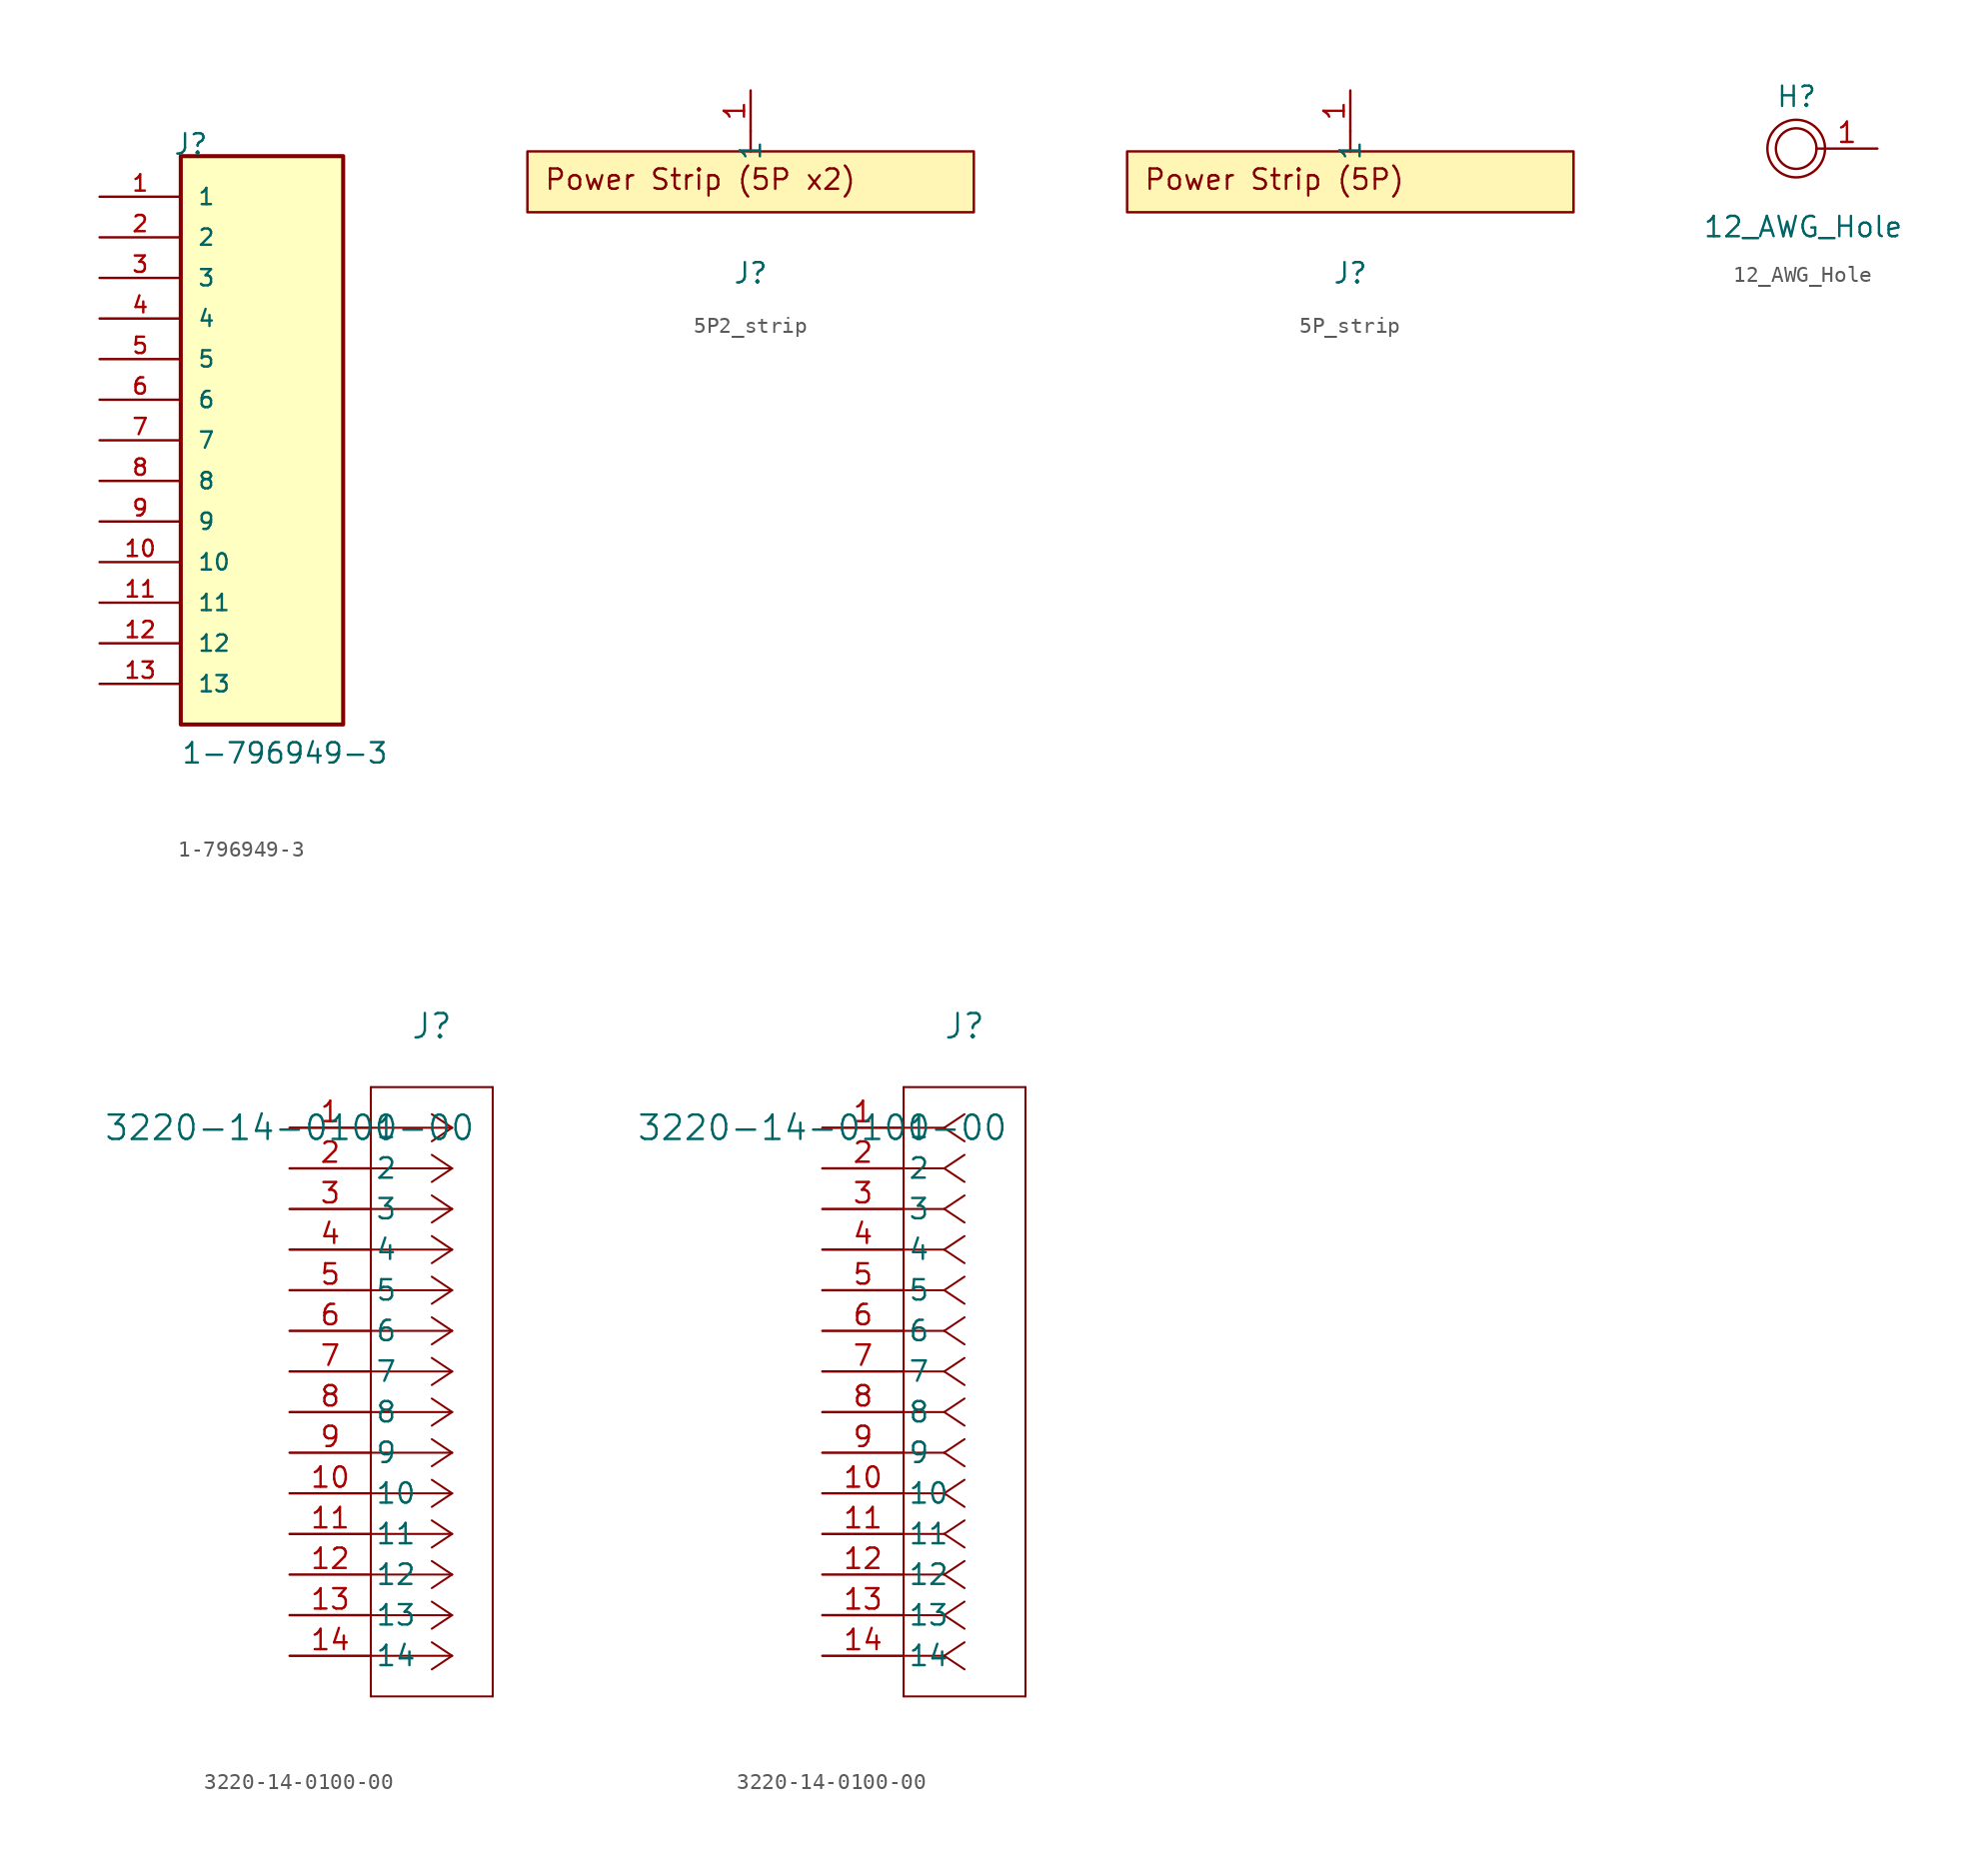
<source format=kicad_sym>
(kicad_symbol_lib
  (version 20241209)
  (generator "kicad_symbol_editor")
  (generator_version "9.0")
  (symbol "1-796949-3"
    (pin_names
      (offset 1.016))
    (property "Reference" "J"
      (at -5.58 17.78 0)
      (effects (font (size 1.27 1.27)) (justify left bottom)))
    (property "Value" "1-796949-3"
      (at -5.08 -20.32 0)
      (effects (font (size 1.27 1.27)) (justify left bottom)))
    (symbol "1-796949-3_0_0"
      (rectangle (start -5.08 -17.78) (end 5.08 17.78) (stroke (width 0.254) (type default)) (fill (type background)))
      (pin passive line (at -10.16 15.24 0) (length 5.08) (name "1" (effects (font (size 1.016 1.016)))) (number "1" (effects (font (size 1.016 1.016)))))
      (pin passive line (at -10.16 12.7 0) (length 5.08) (name "2" (effects (font (size 1.016 1.016)))) (number "2" (effects (font (size 1.016 1.016)))))
      (pin passive line (at -10.16 10.16 0) (length 5.08) (name "3" (effects (font (size 1.016 1.016)))) (number "3" (effects (font (size 1.016 1.016)))))
      (pin passive line (at -10.16 7.62 0) (length 5.08) (name "4" (effects (font (size 1.016 1.016)))) (number "4" (effects (font (size 1.016 1.016)))))
      (pin passive line (at -10.16 5.08 0) (length 5.08) (name "5" (effects (font (size 1.016 1.016)))) (number "5" (effects (font (size 1.016 1.016)))))
      (pin passive line (at -10.16 2.54 0) (length 5.08) (name "6" (effects (font (size 1.016 1.016)))) (number "6" (effects (font (size 1.016 1.016)))))
      (pin passive line (at -10.16 0 0) (length 5.08) (name "7" (effects (font (size 1.016 1.016)))) (number "7" (effects (font (size 1.016 1.016)))))
      (pin passive line (at -10.16 -2.54 0) (length 5.08) (name "8" (effects (font (size 1.016 1.016)))) (number "8" (effects (font (size 1.016 1.016)))))
      (pin passive line (at -10.16 -5.08 0) (length 5.08) (name "9" (effects (font (size 1.016 1.016)))) (number "9" (effects (font (size 1.016 1.016)))))
      (pin passive line (at -10.16 -7.62 0) (length 5.08) (name "10" (effects (font (size 1.016 1.016)))) (number "10" (effects (font (size 1.016 1.016)))))
      (pin passive line (at -10.16 -10.16 0) (length 5.08) (name "11" (effects (font (size 1.016 1.016)))) (number "11" (effects (font (size 1.016 1.016)))))
      (pin passive line (at -10.16 -12.7 0) (length 5.08) (name "12" (effects (font (size 1.016 1.016)))) (number "12" (effects (font (size 1.016 1.016)))))
      (pin passive line (at -10.16 -15.24 0) (length 5.08) (name "13" (effects (font (size 1.016 1.016)))) (number "13" (effects (font (size 1.016 1.016)))))))
  (symbol "5P2_strip"
    (property "Reference" "J"
      (at 0 0 0)
      (effects (font (size 1.27 1.27))))
    (property "Value" ""
      (at 0 0 0)
      (effects (font (size 1.27 1.27))))
    (symbol "5P2_strip_1_1"
      (polyline (pts (xy 0 8.89) (xy 0 7.62)) (stroke (width 0) (type default)) (fill (type none)))
      (text_box "Power Strip (5P x2)" (at -13.97 7.62 0) (size 27.94 -3.81) (margins 1.016 1.016 1.016 1.016) (stroke (width 0) (type default)) (fill (type color) (color 255 246 182 1)) (effects (font (size 1.27 1.27)) (justify left top)))
      (pin power_out line (at 0 11.43 270) (length 2.54) (name "1" (effects (font (size 1.27 1.27)))) (number "1" (effects (font (size 1.27 1.27)))))))
  (symbol "5P_strip"
    (property "Reference" "J"
      (at 0 0 0)
      (effects (font (size 1.27 1.27))))
    (property "Value" ""
      (at 0 0 0)
      (effects (font (size 1.27 1.27))))
    (symbol "5P_strip_1_1"
      (polyline (pts (xy 0 8.89) (xy 0 7.62)) (stroke (width 0) (type default)) (fill (type none)))
      (text_box "Power Strip (5P)" (at -13.97 7.62 0) (size 27.94 -3.81) (margins 1.016 1.016 1.016 1.016) (stroke (width 0) (type default)) (fill (type color) (color 255 246 182 1)) (effects (font (size 1.27 1.27)) (justify left top)))
      (pin power_out line (at 0 11.43 270) (length 2.54) (name "1" (effects (font (size 1.27 1.27)))) (number "1" (effects (font (size 1.27 1.27)))))))
  (symbol "12_AWG_Hole"
    (pin_names
      (offset 1.016))
    (property "Reference" "H"
      (at 0.025 3.251 0)
      (effects (font (size 1.27 1.27))))
    (property "Value" "12_AWG_Hole"
      (at 0.432 -4.902 0)
      (effects (font (size 1.27 1.27))))
    (symbol "12_AWG_Hole_0_1"
      (circle (center 0 0) (radius 1.27) (stroke (width 0) (type default)) (fill (type none)))
      (circle (center 0 0) (radius 1.803) (stroke (width 0) (type default)) (fill (type none))))
    (symbol "12_AWG_Hole_1_1"
      (pin input line (at 5.08 0 180) (length 3.81) (name "~" (effects (font (size 1.27 1.27)))) (number "1" (effects (font (size 1.27 1.27)))))))
  (symbol "3220-14-0100-00"
    (pin_names
      (offset 0.254))
    (property "Reference" "J"
      (at 8.89 6.35 0)
      (effects (font (size 1.524 1.524))))
    (property "Value" "3220-14-0100-00"
      (at 0 0 0)
      (effects (font (size 1.524 1.524))))
    (symbol "3220-14-0100-00_1_1"
      (polyline (pts (xy 5.08 2.54) (xy 5.08 -35.56)) (stroke (width 0.127) (type default)) (fill (type none)))
      (polyline (pts (xy 5.08 -35.56) (xy 12.7 -35.56)) (stroke (width 0.127) (type default)) (fill (type none)))
      (polyline (pts (xy 10.16 0) (xy 5.08 0)) (stroke (width 0.127) (type default)) (fill (type none)))
      (polyline (pts (xy 10.16 0) (xy 8.89 0.847)) (stroke (width 0.127) (type default)) (fill (type none)))
      (polyline (pts (xy 10.16 0) (xy 8.89 -0.847)) (stroke (width 0.127) (type default)) (fill (type none)))
      (polyline (pts (xy 10.16 -2.54) (xy 5.08 -2.54)) (stroke (width 0.127) (type default)) (fill (type none)))
      (polyline (pts (xy 10.16 -2.54) (xy 8.89 -1.693)) (stroke (width 0.127) (type default)) (fill (type none)))
      (polyline (pts (xy 10.16 -2.54) (xy 8.89 -3.387)) (stroke (width 0.127) (type default)) (fill (type none)))
      (polyline (pts (xy 10.16 -5.08) (xy 5.08 -5.08)) (stroke (width 0.127) (type default)) (fill (type none)))
      (polyline (pts (xy 10.16 -5.08) (xy 8.89 -4.233)) (stroke (width 0.127) (type default)) (fill (type none)))
      (polyline (pts (xy 10.16 -5.08) (xy 8.89 -5.927)) (stroke (width 0.127) (type default)) (fill (type none)))
      (polyline (pts (xy 10.16 -7.62) (xy 5.08 -7.62)) (stroke (width 0.127) (type default)) (fill (type none)))
      (polyline (pts (xy 10.16 -7.62) (xy 8.89 -6.773)) (stroke (width 0.127) (type default)) (fill (type none)))
      (polyline (pts (xy 10.16 -7.62) (xy 8.89 -8.467)) (stroke (width 0.127) (type default)) (fill (type none)))
      (polyline (pts (xy 10.16 -10.16) (xy 5.08 -10.16)) (stroke (width 0.127) (type default)) (fill (type none)))
      (polyline (pts (xy 10.16 -10.16) (xy 8.89 -9.313)) (stroke (width 0.127) (type default)) (fill (type none)))
      (polyline (pts (xy 10.16 -10.16) (xy 8.89 -11.007)) (stroke (width 0.127) (type default)) (fill (type none)))
      (polyline (pts (xy 10.16 -12.7) (xy 5.08 -12.7)) (stroke (width 0.127) (type default)) (fill (type none)))
      (polyline (pts (xy 10.16 -12.7) (xy 8.89 -11.853)) (stroke (width 0.127) (type default)) (fill (type none)))
      (polyline (pts (xy 10.16 -12.7) (xy 8.89 -13.547)) (stroke (width 0.127) (type default)) (fill (type none)))
      (polyline (pts (xy 10.16 -15.24) (xy 5.08 -15.24)) (stroke (width 0.127) (type default)) (fill (type none)))
      (polyline (pts (xy 10.16 -15.24) (xy 8.89 -14.393)) (stroke (width 0.127) (type default)) (fill (type none)))
      (polyline (pts (xy 10.16 -15.24) (xy 8.89 -16.087)) (stroke (width 0.127) (type default)) (fill (type none)))
      (polyline (pts (xy 10.16 -17.78) (xy 5.08 -17.78)) (stroke (width 0.127) (type default)) (fill (type none)))
      (polyline (pts (xy 10.16 -17.78) (xy 8.89 -16.933)) (stroke (width 0.127) (type default)) (fill (type none)))
      (polyline (pts (xy 10.16 -17.78) (xy 8.89 -18.627)) (stroke (width 0.127) (type default)) (fill (type none)))
      (polyline (pts (xy 10.16 -20.32) (xy 5.08 -20.32)) (stroke (width 0.127) (type default)) (fill (type none)))
      (polyline (pts (xy 10.16 -20.32) (xy 8.89 -19.473)) (stroke (width 0.127) (type default)) (fill (type none)))
      (polyline (pts (xy 10.16 -20.32) (xy 8.89 -21.167)) (stroke (width 0.127) (type default)) (fill (type none)))
      (polyline (pts (xy 10.16 -22.86) (xy 5.08 -22.86)) (stroke (width 0.127) (type default)) (fill (type none)))
      (polyline (pts (xy 10.16 -22.86) (xy 8.89 -22.013)) (stroke (width 0.127) (type default)) (fill (type none)))
      (polyline (pts (xy 10.16 -22.86) (xy 8.89 -23.707)) (stroke (width 0.127) (type default)) (fill (type none)))
      (polyline (pts (xy 10.16 -25.4) (xy 5.08 -25.4)) (stroke (width 0.127) (type default)) (fill (type none)))
      (polyline (pts (xy 10.16 -25.4) (xy 8.89 -24.553)) (stroke (width 0.127) (type default)) (fill (type none)))
      (polyline (pts (xy 10.16 -25.4) (xy 8.89 -26.247)) (stroke (width 0.127) (type default)) (fill (type none)))
      (polyline (pts (xy 10.16 -27.94) (xy 5.08 -27.94)) (stroke (width 0.127) (type default)) (fill (type none)))
      (polyline (pts (xy 10.16 -27.94) (xy 8.89 -27.093)) (stroke (width 0.127) (type default)) (fill (type none)))
      (polyline (pts (xy 10.16 -27.94) (xy 8.89 -28.787)) (stroke (width 0.127) (type default)) (fill (type none)))
      (polyline (pts (xy 10.16 -30.48) (xy 5.08 -30.48)) (stroke (width 0.127) (type default)) (fill (type none)))
      (polyline (pts (xy 10.16 -30.48) (xy 8.89 -29.633)) (stroke (width 0.127) (type default)) (fill (type none)))
      (polyline (pts (xy 10.16 -30.48) (xy 8.89 -31.327)) (stroke (width 0.127) (type default)) (fill (type none)))
      (polyline (pts (xy 10.16 -33.02) (xy 5.08 -33.02)) (stroke (width 0.127) (type default)) (fill (type none)))
      (polyline (pts (xy 10.16 -33.02) (xy 8.89 -32.173)) (stroke (width 0.127) (type default)) (fill (type none)))
      (polyline (pts (xy 10.16 -33.02) (xy 8.89 -33.867)) (stroke (width 0.127) (type default)) (fill (type none)))
      (polyline (pts (xy 12.7 2.54) (xy 5.08 2.54)) (stroke (width 0.127) (type default)) (fill (type none)))
      (polyline (pts (xy 12.7 -35.56) (xy 12.7 2.54)) (stroke (width 0.127) (type default)) (fill (type none)))
      (pin unspecified line (at 0 0 0) (length 5.08) (name "1" (effects (font (size 1.27 1.27)))) (number "1" (effects (font (size 1.27 1.27)))))
      (pin unspecified line (at 0 -2.54 0) (length 5.08) (name "2" (effects (font (size 1.27 1.27)))) (number "2" (effects (font (size 1.27 1.27)))))
      (pin unspecified line (at 0 -5.08 0) (length 5.08) (name "3" (effects (font (size 1.27 1.27)))) (number "3" (effects (font (size 1.27 1.27)))))
      (pin unspecified line (at 0 -7.62 0) (length 5.08) (name "4" (effects (font (size 1.27 1.27)))) (number "4" (effects (font (size 1.27 1.27)))))
      (pin unspecified line (at 0 -10.16 0) (length 5.08) (name "5" (effects (font (size 1.27 1.27)))) (number "5" (effects (font (size 1.27 1.27)))))
      (pin unspecified line (at 0 -12.7 0) (length 5.08) (name "6" (effects (font (size 1.27 1.27)))) (number "6" (effects (font (size 1.27 1.27)))))
      (pin unspecified line (at 0 -15.24 0) (length 5.08) (name "7" (effects (font (size 1.27 1.27)))) (number "7" (effects (font (size 1.27 1.27)))))
      (pin unspecified line (at 0 -17.78 0) (length 5.08) (name "8" (effects (font (size 1.27 1.27)))) (number "8" (effects (font (size 1.27 1.27)))))
      (pin unspecified line (at 0 -20.32 0) (length 5.08) (name "9" (effects (font (size 1.27 1.27)))) (number "9" (effects (font (size 1.27 1.27)))))
      (pin unspecified line (at 0 -22.86 0) (length 5.08) (name "10" (effects (font (size 1.27 1.27)))) (number "10" (effects (font (size 1.27 1.27)))))
      (pin unspecified line (at 0 -25.4 0) (length 5.08) (name "11" (effects (font (size 1.27 1.27)))) (number "11" (effects (font (size 1.27 1.27)))))
      (pin unspecified line (at 0 -27.94 0) (length 5.08) (name "12" (effects (font (size 1.27 1.27)))) (number "12" (effects (font (size 1.27 1.27)))))
      (pin unspecified line (at 0 -30.48 0) (length 5.08) (name "13" (effects (font (size 1.27 1.27)))) (number "13" (effects (font (size 1.27 1.27)))))
      (pin unspecified line (at 0 -33.02 0) (length 5.08) (name "14" (effects (font (size 1.27 1.27)))) (number "14" (effects (font (size 1.27 1.27))))))
    (symbol "3220-14-0100-00_1_2"
      (polyline (pts (xy 5.08 2.54) (xy 5.08 -35.56)) (stroke (width 0.127) (type default)) (fill (type none)))
      (polyline (pts (xy 5.08 -35.56) (xy 12.7 -35.56)) (stroke (width 0.127) (type default)) (fill (type none)))
      (polyline (pts (xy 7.62 0) (xy 5.08 0)) (stroke (width 0.127) (type default)) (fill (type none)))
      (polyline (pts (xy 7.62 0) (xy 8.89 0.847)) (stroke (width 0.127) (type default)) (fill (type none)))
      (polyline (pts (xy 7.62 0) (xy 8.89 -0.847)) (stroke (width 0.127) (type default)) (fill (type none)))
      (polyline (pts (xy 7.62 -2.54) (xy 5.08 -2.54)) (stroke (width 0.127) (type default)) (fill (type none)))
      (polyline (pts (xy 7.62 -2.54) (xy 8.89 -1.693)) (stroke (width 0.127) (type default)) (fill (type none)))
      (polyline (pts (xy 7.62 -2.54) (xy 8.89 -3.387)) (stroke (width 0.127) (type default)) (fill (type none)))
      (polyline (pts (xy 7.62 -5.08) (xy 5.08 -5.08)) (stroke (width 0.127) (type default)) (fill (type none)))
      (polyline (pts (xy 7.62 -5.08) (xy 8.89 -4.233)) (stroke (width 0.127) (type default)) (fill (type none)))
      (polyline (pts (xy 7.62 -5.08) (xy 8.89 -5.927)) (stroke (width 0.127) (type default)) (fill (type none)))
      (polyline (pts (xy 7.62 -7.62) (xy 5.08 -7.62)) (stroke (width 0.127) (type default)) (fill (type none)))
      (polyline (pts (xy 7.62 -7.62) (xy 8.89 -6.773)) (stroke (width 0.127) (type default)) (fill (type none)))
      (polyline (pts (xy 7.62 -7.62) (xy 8.89 -8.467)) (stroke (width 0.127) (type default)) (fill (type none)))
      (polyline (pts (xy 7.62 -10.16) (xy 5.08 -10.16)) (stroke (width 0.127) (type default)) (fill (type none)))
      (polyline (pts (xy 7.62 -10.16) (xy 8.89 -9.313)) (stroke (width 0.127) (type default)) (fill (type none)))
      (polyline (pts (xy 7.62 -10.16) (xy 8.89 -11.007)) (stroke (width 0.127) (type default)) (fill (type none)))
      (polyline (pts (xy 7.62 -12.7) (xy 5.08 -12.7)) (stroke (width 0.127) (type default)) (fill (type none)))
      (polyline (pts (xy 7.62 -12.7) (xy 8.89 -11.853)) (stroke (width 0.127) (type default)) (fill (type none)))
      (polyline (pts (xy 7.62 -12.7) (xy 8.89 -13.547)) (stroke (width 0.127) (type default)) (fill (type none)))
      (polyline (pts (xy 7.62 -15.24) (xy 5.08 -15.24)) (stroke (width 0.127) (type default)) (fill (type none)))
      (polyline (pts (xy 7.62 -15.24) (xy 8.89 -14.393)) (stroke (width 0.127) (type default)) (fill (type none)))
      (polyline (pts (xy 7.62 -15.24) (xy 8.89 -16.087)) (stroke (width 0.127) (type default)) (fill (type none)))
      (polyline (pts (xy 7.62 -17.78) (xy 5.08 -17.78)) (stroke (width 0.127) (type default)) (fill (type none)))
      (polyline (pts (xy 7.62 -17.78) (xy 8.89 -16.933)) (stroke (width 0.127) (type default)) (fill (type none)))
      (polyline (pts (xy 7.62 -17.78) (xy 8.89 -18.627)) (stroke (width 0.127) (type default)) (fill (type none)))
      (polyline (pts (xy 7.62 -20.32) (xy 5.08 -20.32)) (stroke (width 0.127) (type default)) (fill (type none)))
      (polyline (pts (xy 7.62 -20.32) (xy 8.89 -19.473)) (stroke (width 0.127) (type default)) (fill (type none)))
      (polyline (pts (xy 7.62 -20.32) (xy 8.89 -21.167)) (stroke (width 0.127) (type default)) (fill (type none)))
      (polyline (pts (xy 7.62 -22.86) (xy 5.08 -22.86)) (stroke (width 0.127) (type default)) (fill (type none)))
      (polyline (pts (xy 7.62 -22.86) (xy 8.89 -22.013)) (stroke (width 0.127) (type default)) (fill (type none)))
      (polyline (pts (xy 7.62 -22.86) (xy 8.89 -23.707)) (stroke (width 0.127) (type default)) (fill (type none)))
      (polyline (pts (xy 7.62 -25.4) (xy 5.08 -25.4)) (stroke (width 0.127) (type default)) (fill (type none)))
      (polyline (pts (xy 7.62 -25.4) (xy 8.89 -24.553)) (stroke (width 0.127) (type default)) (fill (type none)))
      (polyline (pts (xy 7.62 -25.4) (xy 8.89 -26.247)) (stroke (width 0.127) (type default)) (fill (type none)))
      (polyline (pts (xy 7.62 -27.94) (xy 5.08 -27.94)) (stroke (width 0.127) (type default)) (fill (type none)))
      (polyline (pts (xy 7.62 -27.94) (xy 8.89 -27.093)) (stroke (width 0.127) (type default)) (fill (type none)))
      (polyline (pts (xy 7.62 -27.94) (xy 8.89 -28.787)) (stroke (width 0.127) (type default)) (fill (type none)))
      (polyline (pts (xy 7.62 -30.48) (xy 5.08 -30.48)) (stroke (width 0.127) (type default)) (fill (type none)))
      (polyline (pts (xy 7.62 -30.48) (xy 8.89 -29.633)) (stroke (width 0.127) (type default)) (fill (type none)))
      (polyline (pts (xy 7.62 -30.48) (xy 8.89 -31.327)) (stroke (width 0.127) (type default)) (fill (type none)))
      (polyline (pts (xy 7.62 -33.02) (xy 5.08 -33.02)) (stroke (width 0.127) (type default)) (fill (type none)))
      (polyline (pts (xy 7.62 -33.02) (xy 8.89 -32.173)) (stroke (width 0.127) (type default)) (fill (type none)))
      (polyline (pts (xy 7.62 -33.02) (xy 8.89 -33.867)) (stroke (width 0.127) (type default)) (fill (type none)))
      (polyline (pts (xy 12.7 2.54) (xy 5.08 2.54)) (stroke (width 0.127) (type default)) (fill (type none)))
      (polyline (pts (xy 12.7 -35.56) (xy 12.7 2.54)) (stroke (width 0.127) (type default)) (fill (type none)))
      (pin unspecified line (at 0 0 0) (length 5.08) (name "1" (effects (font (size 1.27 1.27)))) (number "1" (effects (font (size 1.27 1.27)))))
      (pin unspecified line (at 0 -2.54 0) (length 5.08) (name "2" (effects (font (size 1.27 1.27)))) (number "2" (effects (font (size 1.27 1.27)))))
      (pin unspecified line (at 0 -5.08 0) (length 5.08) (name "3" (effects (font (size 1.27 1.27)))) (number "3" (effects (font (size 1.27 1.27)))))
      (pin unspecified line (at 0 -7.62 0) (length 5.08) (name "4" (effects (font (size 1.27 1.27)))) (number "4" (effects (font (size 1.27 1.27)))))
      (pin unspecified line (at 0 -10.16 0) (length 5.08) (name "5" (effects (font (size 1.27 1.27)))) (number "5" (effects (font (size 1.27 1.27)))))
      (pin unspecified line (at 0 -12.7 0) (length 5.08) (name "6" (effects (font (size 1.27 1.27)))) (number "6" (effects (font (size 1.27 1.27)))))
      (pin unspecified line (at 0 -15.24 0) (length 5.08) (name "7" (effects (font (size 1.27 1.27)))) (number "7" (effects (font (size 1.27 1.27)))))
      (pin unspecified line (at 0 -17.78 0) (length 5.08) (name "8" (effects (font (size 1.27 1.27)))) (number "8" (effects (font (size 1.27 1.27)))))
      (pin unspecified line (at 0 -20.32 0) (length 5.08) (name "9" (effects (font (size 1.27 1.27)))) (number "9" (effects (font (size 1.27 1.27)))))
      (pin unspecified line (at 0 -22.86 0) (length 5.08) (name "10" (effects (font (size 1.27 1.27)))) (number "10" (effects (font (size 1.27 1.27)))))
      (pin unspecified line (at 0 -25.4 0) (length 5.08) (name "11" (effects (font (size 1.27 1.27)))) (number "11" (effects (font (size 1.27 1.27)))))
      (pin unspecified line (at 0 -27.94 0) (length 5.08) (name "12" (effects (font (size 1.27 1.27)))) (number "12" (effects (font (size 1.27 1.27)))))
      (pin unspecified line (at 0 -30.48 0) (length 5.08) (name "13" (effects (font (size 1.27 1.27)))) (number "13" (effects (font (size 1.27 1.27)))))
      (pin unspecified line (at 0 -33.02 0) (length 5.08) (name "14" (effects (font (size 1.27 1.27)))) (number "14" (effects (font (size 1.27 1.27))))))))
</source>
